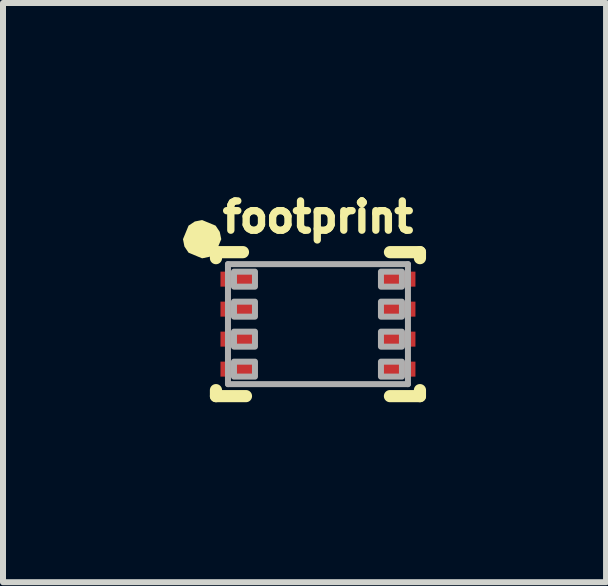
<source format=kicad_pcb>
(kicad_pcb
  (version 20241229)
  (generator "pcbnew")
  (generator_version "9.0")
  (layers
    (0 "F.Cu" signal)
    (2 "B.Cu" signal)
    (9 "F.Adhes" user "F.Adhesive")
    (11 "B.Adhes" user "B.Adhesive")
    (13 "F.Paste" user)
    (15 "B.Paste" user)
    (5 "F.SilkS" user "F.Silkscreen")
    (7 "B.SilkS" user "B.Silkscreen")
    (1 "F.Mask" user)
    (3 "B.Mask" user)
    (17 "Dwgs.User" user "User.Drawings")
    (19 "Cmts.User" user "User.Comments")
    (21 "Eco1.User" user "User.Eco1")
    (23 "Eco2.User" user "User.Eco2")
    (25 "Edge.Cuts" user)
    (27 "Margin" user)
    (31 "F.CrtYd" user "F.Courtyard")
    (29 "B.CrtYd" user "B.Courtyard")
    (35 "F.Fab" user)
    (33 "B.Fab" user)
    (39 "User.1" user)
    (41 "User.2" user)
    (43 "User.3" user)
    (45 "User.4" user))
  (footprint "footprint"
    (layer "F.Cu")
    (at 2.25 2.353)
    (property "Reference" "footprint" (at 0 -1.5 0) (layer "F.SilkS") (effects (font (size 0.488 0.488) (thickness 0.122)) (justify bottom)))
    (fp_line (start -1.7 -1.2) (end -1.7 -1.1) (stroke (width 0.203) (type solid)) (layer "F.SilkS"))
    (fp_line (start -1.7 -1.2) (end -1.25 -1.2) (stroke (width 0.203) (type solid)) (layer "F.SilkS"))
    (fp_line (start -1.7 1.1) (end -1.7 1.2) (stroke (width 0.203) (type solid)) (layer "F.SilkS"))
    (fp_line (start -1.7 1.2) (end -1.2 1.2) (stroke (width 0.203) (type solid)) (layer "F.SilkS"))
    (fp_line (start 1.2 -1.2) (end 1.7 -1.2) (stroke (width 0.203) (type solid)) (layer "F.SilkS"))
    (fp_line (start 1.2 1.2) (end 1.7 1.2) (stroke (width 0.203) (type solid)) (layer "F.SilkS"))
    (fp_line (start 1.7 -1.2) (end 1.7 -1.1) (stroke (width 0.203) (type solid)) (layer "F.SilkS"))
    (fp_line (start 1.7 1.1) (end 1.7 1.2) (stroke (width 0.203) (type solid)) (layer "F.SilkS"))
    (fp_poly (pts (xy -1.706 -1.642) (xy -1.637 -1.538) (xy -1.612 -1.416) (xy -1.706 -1.191) (xy -1.809 -1.122) (xy -1.931 -1.097) (xy -2.157 -1.191) (xy -2.226 -1.294) (xy -2.25 -1.416) (xy -2.157 -1.642) (xy -2.053 -1.711) (xy -1.931 -1.735)) (stroke (width 0) (type solid)) (fill yes) (layer "F.SilkS"))
    (fp_line (start -1.5 -1) (end -1.5 1) (stroke (width 0.1) (type solid)) (layer "F.Fab"))
    (fp_line (start -1.5 -1) (end 1.5 -1) (stroke (width 0.1) (type solid)) (layer "F.Fab"))
    (fp_line (start -1.5 1) (end 1.5 1) (stroke (width 0.1) (type solid)) (layer "F.Fab"))
    (fp_line (start 1.5 1) (end 1.5 -1) (stroke (width 0.1) (type solid)) (layer "F.Fab"))
    (fp_poly (pts (xy -1.4 -0.625) (xy -1.05 -0.625) (xy -1.05 -0.875) (xy -1.4 -0.875)) (stroke (width 0.1) (type solid)) (fill no) (layer "F.Fab"))
    (fp_poly (pts (xy -1.4 -0.125) (xy -1.05 -0.125) (xy -1.05 -0.375) (xy -1.4 -0.375)) (stroke (width 0.1) (type solid)) (fill no) (layer "F.Fab"))
    (fp_poly (pts (xy -1.4 0.375) (xy -1.05 0.375) (xy -1.05 0.125) (xy -1.4 0.125)) (stroke (width 0.1) (type solid)) (fill no) (layer "F.Fab"))
    (fp_poly (pts (xy -1.4 0.875) (xy -1.05 0.875) (xy -1.05 0.625) (xy -1.4 0.625)) (stroke (width 0.1) (type solid)) (fill no) (layer "F.Fab"))
    (fp_poly (pts (xy 1.05 -0.625) (xy 1.4 -0.625) (xy 1.4 -0.875) (xy 1.05 -0.875)) (stroke (width 0.1) (type solid)) (fill no) (layer "F.Fab"))
    (fp_poly (pts (xy 1.05 -0.125) (xy 1.4 -0.125) (xy 1.4 -0.375) (xy 1.05 -0.375)) (stroke (width 0.1) (type solid)) (fill no) (layer "F.Fab"))
    (fp_poly (pts (xy 1.05 0.375) (xy 1.4 0.375) (xy 1.4 0.125) (xy 1.05 0.125)) (stroke (width 0.1) (type solid)) (fill no) (layer "F.Fab"))
    (fp_poly (pts (xy 1.05 0.875) (xy 1.4 0.875) (xy 1.4 0.625) (xy 1.05 0.625)) (stroke (width 0.1) (type solid)) (fill no) (layer "F.Fab"))
    (pad "1" smd rect (at -1.325 -0.75 270) (size 0.25 0.6) (layers "F.Cu" "F.Mask" "F.Paste"))
    (pad "2" smd rect (at -1.325 -0.25 270) (size 0.25 0.6) (layers "F.Cu" "F.Mask" "F.Paste"))
    (pad "3" smd rect (at -1.325 0.25 270) (size 0.25 0.6) (layers "F.Cu" "F.Mask" "F.Paste"))
    (pad "4" smd rect (at -1.325 0.75 270) (size 0.25 0.6) (layers "F.Cu" "F.Mask" "F.Paste"))
    (pad "5" smd rect (at 1.325 0.75 270) (size 0.25 0.6) (layers "F.Cu" "F.Mask" "F.Paste"))
    (pad "6" smd rect (at 1.325 0.25 270) (size 0.25 0.6) (layers "F.Cu" "F.Mask" "F.Paste"))
    (pad "7" smd rect (at 1.325 -0.25 270) (size 0.25 0.6) (layers "F.Cu" "F.Mask" "F.Paste"))
    (pad "8" smd rect (at 1.325 -0.75 270) (size 0.25 0.6) (layers "F.Cu" "F.Mask" "F.Paste"))
    (zone (net_name "") (layer "F.Cu") (hatch edge 0.508) (connect_pads) (min_thickness 0.254) (filled_areas_thickness no) (keepout (tracks not_allowed) (vias not_allowed) (pads not_allowed) (copperpour not_allowed) (footprints allowed)) (placement (enabled no)) (fill) (polygon (pts (xy 2.15 3.153) (xy 2.35 3.153) (xy 2.35 1.553) (xy 2.15 1.553)))))
  (gr_rect
    (start -3 -3)
    (end 7.052 6.655)
    (stroke (width 0.1) (type default))
    (fill no)
    (layer "Edge.Cuts")))
</source>
